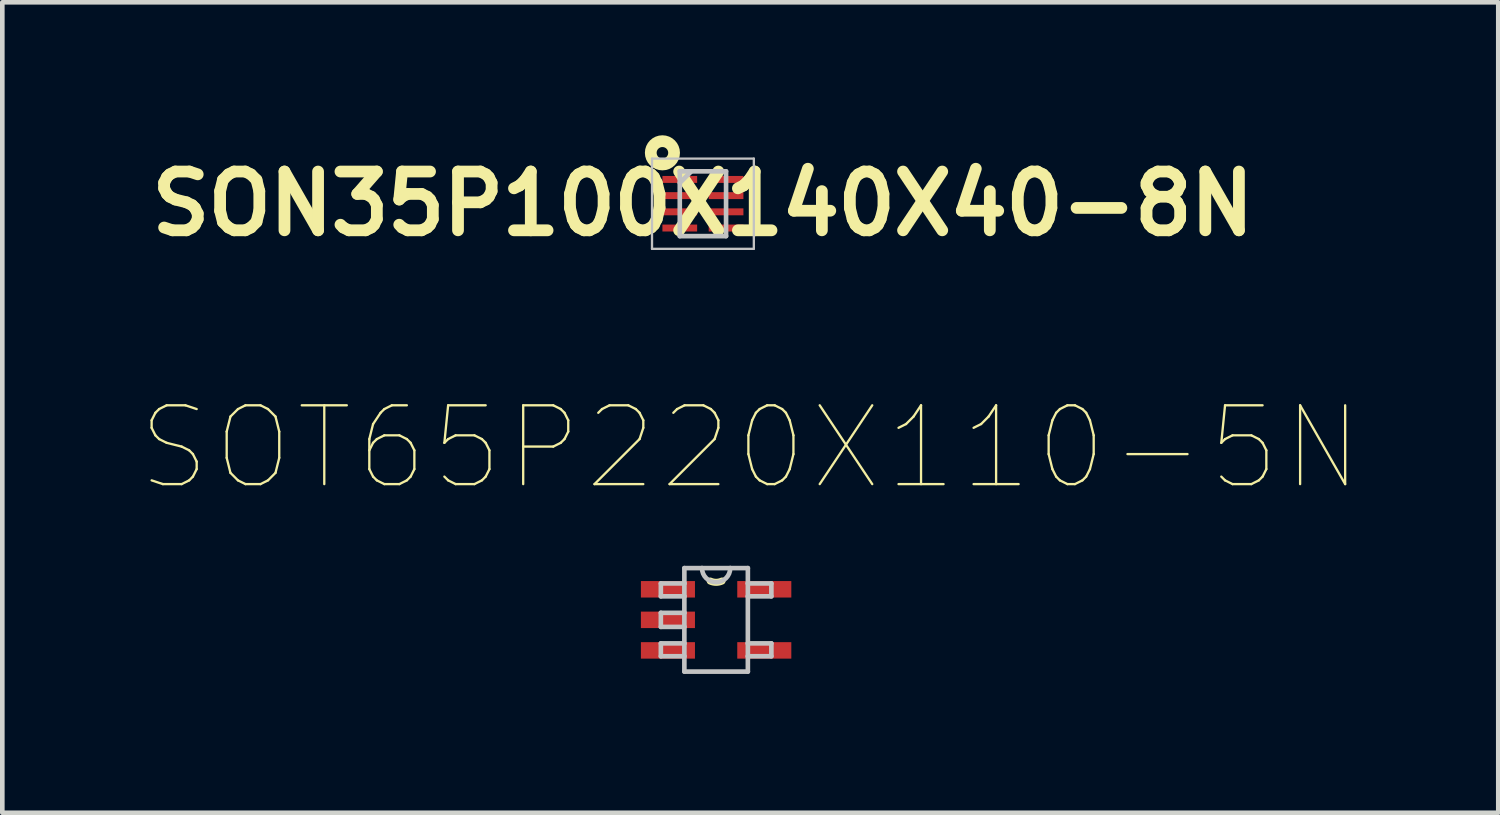
<source format=kicad_pcb>
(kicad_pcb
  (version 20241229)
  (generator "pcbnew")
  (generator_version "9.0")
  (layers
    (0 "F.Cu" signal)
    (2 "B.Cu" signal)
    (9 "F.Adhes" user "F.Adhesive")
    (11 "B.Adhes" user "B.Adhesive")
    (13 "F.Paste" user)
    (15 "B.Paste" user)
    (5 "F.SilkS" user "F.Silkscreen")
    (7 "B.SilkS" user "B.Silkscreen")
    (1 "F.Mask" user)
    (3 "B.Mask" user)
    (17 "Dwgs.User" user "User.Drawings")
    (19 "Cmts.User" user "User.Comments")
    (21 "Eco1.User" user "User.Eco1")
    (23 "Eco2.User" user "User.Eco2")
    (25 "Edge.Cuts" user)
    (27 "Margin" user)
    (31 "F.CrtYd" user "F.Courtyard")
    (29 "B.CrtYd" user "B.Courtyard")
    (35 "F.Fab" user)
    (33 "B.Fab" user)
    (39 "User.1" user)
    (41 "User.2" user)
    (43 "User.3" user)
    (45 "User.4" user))
  (footprint "SON35P100X140X40-8N"
    (layer "F.Cu")
    (at 12.138 1.352)
    (property "Reference" "SON35P100X140X40-8N" (at 0 0 0) (layer "F.SilkS") (effects (font (size 1.27 1.27) (thickness 0.254))))
    (attr smd)
    (fp_circle (center -0.875 -1.1) (end -0.75 -1.1) (stroke (width 0.254) (type solid)) (fill no) (layer "F.SilkS"))
    (fp_line (start -1.1 -0.975) (end 1.1 -0.975) (stroke (width 0.05) (type solid)) (layer "Dwgs.User"))
    (fp_line (start -1.1 0.975) (end -1.1 -0.975) (stroke (width 0.05) (type solid)) (layer "Dwgs.User"))
    (fp_line (start -0.5 -0.7) (end 0.5 -0.7) (stroke (width 0.1) (type solid)) (layer "Dwgs.User"))
    (fp_line (start -0.5 -0.45) (end -0.25 -0.7) (stroke (width 0.1) (type solid)) (layer "Dwgs.User"))
    (fp_line (start -0.5 0.7) (end -0.5 -0.7) (stroke (width 0.1) (type solid)) (layer "Dwgs.User"))
    (fp_line (start 0.5 -0.7) (end 0.5 0.7) (stroke (width 0.1) (type solid)) (layer "Dwgs.User"))
    (fp_line (start 0.5 0.7) (end -0.5 0.7) (stroke (width 0.1) (type solid)) (layer "Dwgs.User"))
    (fp_line (start 1.1 -0.975) (end 1.1 0.975) (stroke (width 0.05) (type solid)) (layer "Dwgs.User"))
    (fp_line (start 1.1 0.975) (end -1.1 0.975) (stroke (width 0.05) (type solid)) (layer "Dwgs.User"))
    (pad "1" smd rect (at -0.5 -0.525 90) (size 0.15 0.75) (layers "F.Cu" "F.Mask" "F.Paste"))
    (pad "2" smd rect (at -0.5 -0.175 90) (size 0.15 0.75) (layers "F.Cu" "F.Mask" "F.Paste"))
    (pad "3" smd rect (at -0.5 0.175 90) (size 0.15 0.75) (layers "F.Cu" "F.Mask" "F.Paste"))
    (pad "4" smd rect (at -0.5 0.525 90) (size 0.15 0.75) (layers "F.Cu" "F.Mask" "F.Paste"))
    (pad "5" smd rect (at 0.5 0.525 90) (size 0.15 0.75) (layers "F.Cu" "F.Mask" "F.Paste"))
    (pad "6" smd rect (at 0.5 0.175 90) (size 0.15 0.75) (layers "F.Cu" "F.Mask" "F.Paste"))
    (pad "7" smd rect (at 0.5 -0.175 90) (size 0.15 0.75) (layers "F.Cu" "F.Mask" "F.Paste"))
    (pad "8" smd rect (at 0.5 -0.525 90) (size 0.15 0.75) (layers "F.Cu" "F.Mask" "F.Paste")))
  (footprint "SOT65P220X110-5N"
    (layer "F.Cu")
    (at 12.423 10.343)
    (property "Reference" "SOT65P220X110-5N" (at 0.738 -3.718 0) (layer "F.SilkS") (effects (font (size 1.703 1.703) (thickness 0.05))))
    (attr smd)
    (fp_arc (start 0.127003 -0.838201) (mid 0.000002 -0.810626) (end -0.127 -0.8382) (stroke (width 0.1524) (type solid)) (layer "F.SilkS"))
    (fp_line (start -1.194 -0.787) (end -1.194 -0.508) (stroke (width 0.1) (type solid)) (layer "Dwgs.User"))
    (fp_line (start -1.194 -0.508) (end -0.686 -0.508) (stroke (width 0.1) (type solid)) (layer "Dwgs.User"))
    (fp_line (start -1.194 -0.152) (end -1.194 0.152) (stroke (width 0.1) (type solid)) (layer "Dwgs.User"))
    (fp_line (start -1.194 0.152) (end -0.686 0.152) (stroke (width 0.1) (type solid)) (layer "Dwgs.User"))
    (fp_line (start -1.194 0.508) (end -1.194 0.787) (stroke (width 0.1) (type solid)) (layer "Dwgs.User"))
    (fp_line (start -1.194 0.787) (end -0.686 0.787) (stroke (width 0.1) (type solid)) (layer "Dwgs.User"))
    (fp_line (start -0.686 -1.118) (end -0.686 -0.787) (stroke (width 0.1) (type solid)) (layer "Dwgs.User"))
    (fp_line (start -0.686 -0.787) (end -1.194 -0.787) (stroke (width 0.1) (type solid)) (layer "Dwgs.User"))
    (fp_line (start -0.686 -0.787) (end -0.686 -0.508) (stroke (width 0.1) (type solid)) (layer "Dwgs.User"))
    (fp_line (start -0.686 -0.508) (end -0.686 -0.152) (stroke (width 0.1) (type solid)) (layer "Dwgs.User"))
    (fp_line (start -0.686 -0.152) (end -1.194 -0.152) (stroke (width 0.1) (type solid)) (layer "Dwgs.User"))
    (fp_line (start -0.686 -0.152) (end -0.686 0.152) (stroke (width 0.1) (type solid)) (layer "Dwgs.User"))
    (fp_line (start -0.686 0.152) (end -0.686 0.508) (stroke (width 0.1) (type solid)) (layer "Dwgs.User"))
    (fp_line (start -0.686 0.508) (end -1.194 0.508) (stroke (width 0.1) (type solid)) (layer "Dwgs.User"))
    (fp_line (start -0.686 0.508) (end -0.686 0.787) (stroke (width 0.1) (type solid)) (layer "Dwgs.User"))
    (fp_line (start -0.686 0.787) (end -0.686 1.118) (stroke (width 0.1) (type solid)) (layer "Dwgs.User"))
    (fp_line (start -0.686 1.118) (end 0.686 1.118) (stroke (width 0.1) (type solid)) (layer "Dwgs.User"))
    (fp_line (start -0.305 -1.118) (end -0.686 -1.118) (stroke (width 0.1) (type solid)) (layer "Dwgs.User"))
    (fp_line (start 0.305 -1.118) (end -0.305 -1.118) (stroke (width 0.1) (type solid)) (layer "Dwgs.User"))
    (fp_line (start 0.686 -1.118) (end 0.305 -1.118) (stroke (width 0.1) (type solid)) (layer "Dwgs.User"))
    (fp_line (start 0.686 -0.787) (end 0.686 -1.118) (stroke (width 0.1) (type solid)) (layer "Dwgs.User"))
    (fp_line (start 0.686 -0.508) (end 0.686 -0.787) (stroke (width 0.1) (type solid)) (layer "Dwgs.User"))
    (fp_line (start 0.686 -0.508) (end 1.194 -0.508) (stroke (width 0.1) (type solid)) (layer "Dwgs.User"))
    (fp_line (start 0.686 0.508) (end 0.686 -0.508) (stroke (width 0.1) (type solid)) (layer "Dwgs.User"))
    (fp_line (start 0.686 0.787) (end 0.686 0.508) (stroke (width 0.1) (type solid)) (layer "Dwgs.User"))
    (fp_line (start 0.686 0.787) (end 1.194 0.787) (stroke (width 0.1) (type solid)) (layer "Dwgs.User"))
    (fp_line (start 0.686 1.118) (end 0.686 0.787) (stroke (width 0.1) (type solid)) (layer "Dwgs.User"))
    (fp_line (start 1.194 -0.787) (end 0.686 -0.787) (stroke (width 0.1) (type solid)) (layer "Dwgs.User"))
    (fp_line (start 1.194 -0.508) (end 1.194 -0.787) (stroke (width 0.1) (type solid)) (layer "Dwgs.User"))
    (fp_line (start 1.194 0.508) (end 0.686 0.508) (stroke (width 0.1) (type solid)) (layer "Dwgs.User"))
    (fp_line (start 1.194 0.787) (end 1.194 0.508) (stroke (width 0.1) (type solid)) (layer "Dwgs.User"))
    (fp_arc (start 0.3048 -1.1176) (mid 0 -0.8128) (end -0.3048 -1.1176) (stroke (width 0.1) (type solid)) (layer "Dwgs.User"))
    (pad "1" smd rect (at -1.041 -0.66) (size 1.168 0.356) (layers "F.Cu" "F.Mask" "F.Paste"))
    (pad "2" smd rect (at -1.041 0) (size 1.168 0.356) (layers "F.Cu" "F.Mask" "F.Paste"))
    (pad "3" smd rect (at -1.041 0.66) (size 1.168 0.356) (layers "F.Cu" "F.Mask" "F.Paste"))
    (pad "4" smd rect (at 1.041 0.66) (size 1.168 0.356) (layers "F.Cu" "F.Mask" "F.Paste"))
    (pad "5" smd rect (at 1.041 -0.66) (size 1.168 0.356) (layers "F.Cu" "F.Mask" "F.Paste")))
  (gr_rect
    (start -3 -3)
    (end 29.323 14.511)
    (stroke (width 0.1) (type default))
    (fill no)
    (layer "Edge.Cuts")))
</source>
